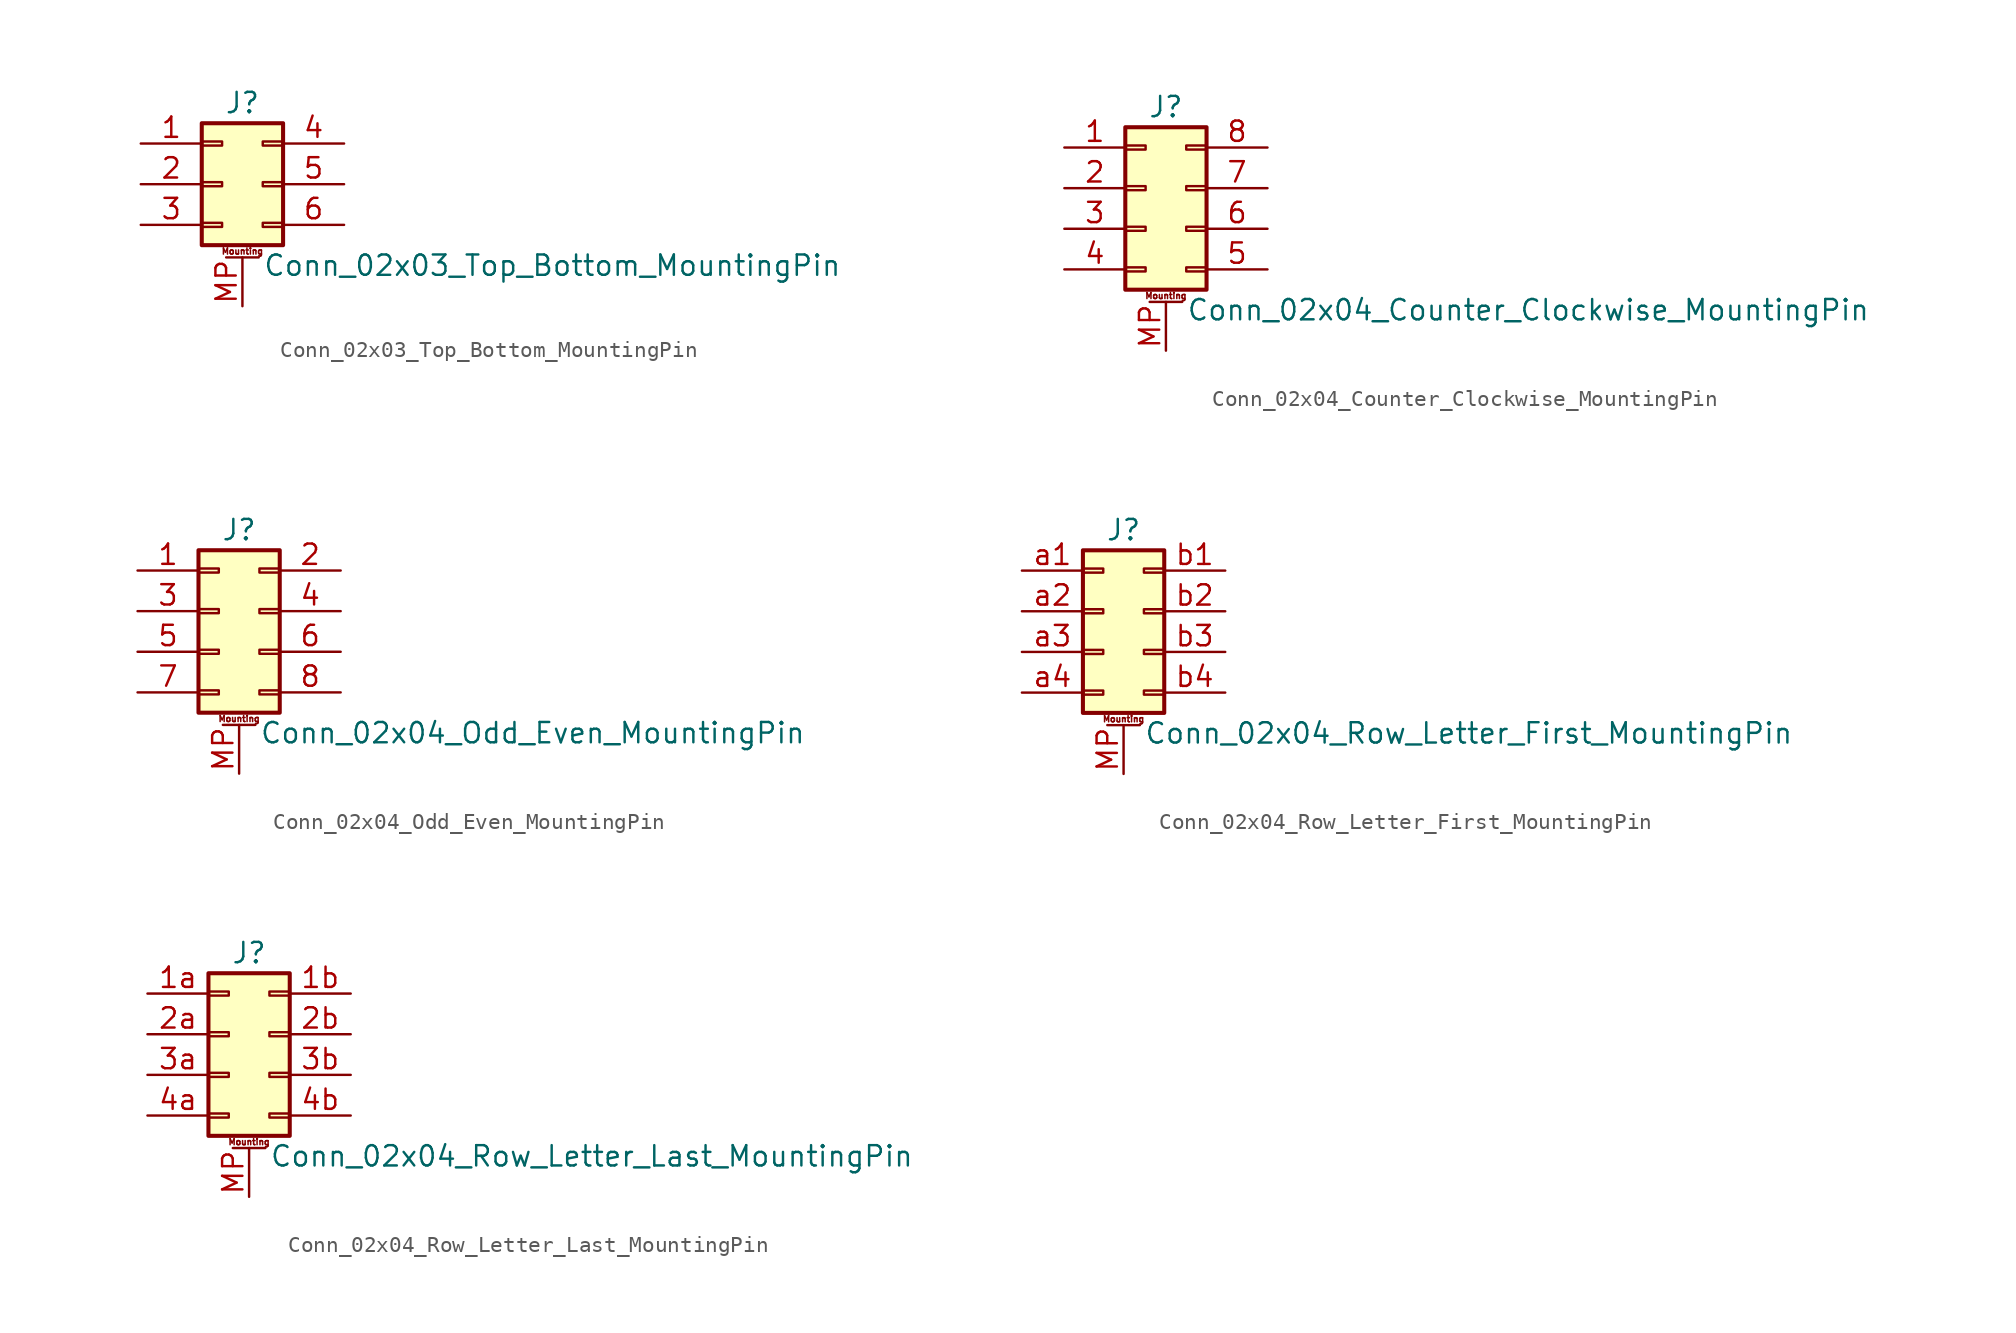
<source format=kicad_sym>
(kicad_symbol_lib
  (version 20220914)
  (generator kicad_symbol_editor)
  (symbol "Conn_02x03_Top_Bottom_MountingPin"
    (pin_names
      (offset 1.016) hide)
    (property "Reference" "J"
      (at 1.27 5.08 0)
      (effects (font (size 1.27 1.27))))
    (property "Value" "Conn_02x03_Top_Bottom_MountingPin"
      (at 2.54 -5.08 0)
      (effects (font (size 1.27 1.27)) (justify left)))
    (symbol "Conn_02x03_Top_Bottom_MountingPin_1_1"
      (rectangle (start -1.27 -2.413) (end 0 -2.667) (stroke (width 0.152) (type default)) (fill (type none)))
      (rectangle (start -1.27 0.127) (end 0 -0.127) (stroke (width 0.152) (type default)) (fill (type none)))
      (rectangle (start -1.27 2.667) (end 0 2.413) (stroke (width 0.152) (type default)) (fill (type none)))
      (rectangle (start -1.27 3.81) (end 3.81 -3.81) (stroke (width 0.254) (type default)) (fill (type background)))
      (polyline (pts (xy 0.254 -4.572) (xy 2.286 -4.572)) (stroke (width 0.152) (type default)) (fill (type none)))
      (rectangle (start 3.81 -2.413) (end 2.54 -2.667) (stroke (width 0.152) (type default)) (fill (type none)))
      (rectangle (start 3.81 0.127) (end 2.54 -0.127) (stroke (width 0.152) (type default)) (fill (type none)))
      (rectangle (start 3.81 2.667) (end 2.54 2.413) (stroke (width 0.152) (type default)) (fill (type none)))
      (text "Mounting" (at 1.27 -4.191 0) (effects (font (size 0.381 0.381))))
      (pin passive line (at -5.08 2.54 0) (length 3.81) (name "Pin_1" (effects (font (size 1.27 1.27)))) (number "1" (effects (font (size 1.27 1.27)))))
      (pin passive line (at -5.08 0 0) (length 3.81) (name "Pin_2" (effects (font (size 1.27 1.27)))) (number "2" (effects (font (size 1.27 1.27)))))
      (pin passive line (at -5.08 -2.54 0) (length 3.81) (name "Pin_3" (effects (font (size 1.27 1.27)))) (number "3" (effects (font (size 1.27 1.27)))))
      (pin passive line (at 7.62 2.54 180) (length 3.81) (name "Pin_4" (effects (font (size 1.27 1.27)))) (number "4" (effects (font (size 1.27 1.27)))))
      (pin passive line (at 7.62 0 180) (length 3.81) (name "Pin_5" (effects (font (size 1.27 1.27)))) (number "5" (effects (font (size 1.27 1.27)))))
      (pin passive line (at 7.62 -2.54 180) (length 3.81) (name "Pin_6" (effects (font (size 1.27 1.27)))) (number "6" (effects (font (size 1.27 1.27)))))
      (pin passive line (at 1.27 -7.62 90) (length 3.048) (name "MountPin" (effects (font (size 1.27 1.27)))) (number "MP" (effects (font (size 1.27 1.27)))))))
  (symbol "Conn_02x04_Counter_Clockwise_MountingPin"
    (pin_names
      (offset 1.016) hide)
    (property "Reference" "J"
      (at 1.27 5.08 0)
      (effects (font (size 1.27 1.27))))
    (property "Value" "Conn_02x04_Counter_Clockwise_MountingPin"
      (at 2.54 -7.62 0)
      (effects (font (size 1.27 1.27)) (justify left)))
    (symbol "Conn_02x04_Counter_Clockwise_MountingPin_1_1"
      (rectangle (start -1.27 -4.953) (end 0 -5.207) (stroke (width 0.152) (type default)) (fill (type none)))
      (rectangle (start -1.27 -2.413) (end 0 -2.667) (stroke (width 0.152) (type default)) (fill (type none)))
      (rectangle (start -1.27 0.127) (end 0 -0.127) (stroke (width 0.152) (type default)) (fill (type none)))
      (rectangle (start -1.27 2.667) (end 0 2.413) (stroke (width 0.152) (type default)) (fill (type none)))
      (rectangle (start -1.27 3.81) (end 3.81 -6.35) (stroke (width 0.254) (type default)) (fill (type background)))
      (polyline (pts (xy 0.254 -7.112) (xy 2.286 -7.112)) (stroke (width 0.152) (type default)) (fill (type none)))
      (rectangle (start 3.81 -4.953) (end 2.54 -5.207) (stroke (width 0.152) (type default)) (fill (type none)))
      (rectangle (start 3.81 -2.413) (end 2.54 -2.667) (stroke (width 0.152) (type default)) (fill (type none)))
      (rectangle (start 3.81 0.127) (end 2.54 -0.127) (stroke (width 0.152) (type default)) (fill (type none)))
      (rectangle (start 3.81 2.667) (end 2.54 2.413) (stroke (width 0.152) (type default)) (fill (type none)))
      (text "Mounting" (at 1.27 -6.731 0) (effects (font (size 0.381 0.381))))
      (pin passive line (at -5.08 2.54 0) (length 3.81) (name "Pin_1" (effects (font (size 1.27 1.27)))) (number "1" (effects (font (size 1.27 1.27)))))
      (pin passive line (at -5.08 0 0) (length 3.81) (name "Pin_2" (effects (font (size 1.27 1.27)))) (number "2" (effects (font (size 1.27 1.27)))))
      (pin passive line (at -5.08 -2.54 0) (length 3.81) (name "Pin_3" (effects (font (size 1.27 1.27)))) (number "3" (effects (font (size 1.27 1.27)))))
      (pin passive line (at -5.08 -5.08 0) (length 3.81) (name "Pin_4" (effects (font (size 1.27 1.27)))) (number "4" (effects (font (size 1.27 1.27)))))
      (pin passive line (at 7.62 -5.08 180) (length 3.81) (name "Pin_5" (effects (font (size 1.27 1.27)))) (number "5" (effects (font (size 1.27 1.27)))))
      (pin passive line (at 7.62 -2.54 180) (length 3.81) (name "Pin_6" (effects (font (size 1.27 1.27)))) (number "6" (effects (font (size 1.27 1.27)))))
      (pin passive line (at 7.62 0 180) (length 3.81) (name "Pin_7" (effects (font (size 1.27 1.27)))) (number "7" (effects (font (size 1.27 1.27)))))
      (pin passive line (at 7.62 2.54 180) (length 3.81) (name "Pin_8" (effects (font (size 1.27 1.27)))) (number "8" (effects (font (size 1.27 1.27)))))
      (pin passive line (at 1.27 -10.16 90) (length 3.048) (name "MountPin" (effects (font (size 1.27 1.27)))) (number "MP" (effects (font (size 1.27 1.27)))))))
  (symbol "Conn_02x04_Odd_Even_MountingPin"
    (pin_names
      (offset 1.016) hide)
    (property "Reference" "J"
      (at 1.27 5.08 0)
      (effects (font (size 1.27 1.27))))
    (property "Value" "Conn_02x04_Odd_Even_MountingPin"
      (at 2.54 -7.62 0)
      (effects (font (size 1.27 1.27)) (justify left)))
    (symbol "Conn_02x04_Odd_Even_MountingPin_1_1"
      (rectangle (start -1.27 -4.953) (end 0 -5.207) (stroke (width 0.152) (type default)) (fill (type none)))
      (rectangle (start -1.27 -2.413) (end 0 -2.667) (stroke (width 0.152) (type default)) (fill (type none)))
      (rectangle (start -1.27 0.127) (end 0 -0.127) (stroke (width 0.152) (type default)) (fill (type none)))
      (rectangle (start -1.27 2.667) (end 0 2.413) (stroke (width 0.152) (type default)) (fill (type none)))
      (rectangle (start -1.27 3.81) (end 3.81 -6.35) (stroke (width 0.254) (type default)) (fill (type background)))
      (polyline (pts (xy 0.254 -7.112) (xy 2.286 -7.112)) (stroke (width 0.152) (type default)) (fill (type none)))
      (rectangle (start 3.81 -4.953) (end 2.54 -5.207) (stroke (width 0.152) (type default)) (fill (type none)))
      (rectangle (start 3.81 -2.413) (end 2.54 -2.667) (stroke (width 0.152) (type default)) (fill (type none)))
      (rectangle (start 3.81 0.127) (end 2.54 -0.127) (stroke (width 0.152) (type default)) (fill (type none)))
      (rectangle (start 3.81 2.667) (end 2.54 2.413) (stroke (width 0.152) (type default)) (fill (type none)))
      (text "Mounting" (at 1.27 -6.731 0) (effects (font (size 0.381 0.381))))
      (pin passive line (at -5.08 2.54 0) (length 3.81) (name "Pin_1" (effects (font (size 1.27 1.27)))) (number "1" (effects (font (size 1.27 1.27)))))
      (pin passive line (at 7.62 2.54 180) (length 3.81) (name "Pin_2" (effects (font (size 1.27 1.27)))) (number "2" (effects (font (size 1.27 1.27)))))
      (pin passive line (at -5.08 0 0) (length 3.81) (name "Pin_3" (effects (font (size 1.27 1.27)))) (number "3" (effects (font (size 1.27 1.27)))))
      (pin passive line (at 7.62 0 180) (length 3.81) (name "Pin_4" (effects (font (size 1.27 1.27)))) (number "4" (effects (font (size 1.27 1.27)))))
      (pin passive line (at -5.08 -2.54 0) (length 3.81) (name "Pin_5" (effects (font (size 1.27 1.27)))) (number "5" (effects (font (size 1.27 1.27)))))
      (pin passive line (at 7.62 -2.54 180) (length 3.81) (name "Pin_6" (effects (font (size 1.27 1.27)))) (number "6" (effects (font (size 1.27 1.27)))))
      (pin passive line (at -5.08 -5.08 0) (length 3.81) (name "Pin_7" (effects (font (size 1.27 1.27)))) (number "7" (effects (font (size 1.27 1.27)))))
      (pin passive line (at 7.62 -5.08 180) (length 3.81) (name "Pin_8" (effects (font (size 1.27 1.27)))) (number "8" (effects (font (size 1.27 1.27)))))
      (pin passive line (at 1.27 -10.16 90) (length 3.048) (name "MountPin" (effects (font (size 1.27 1.27)))) (number "MP" (effects (font (size 1.27 1.27)))))))
  (symbol "Conn_02x04_Row_Letter_First_MountingPin"
    (pin_names
      (offset 1.016) hide)
    (property "Reference" "J"
      (at 1.27 5.08 0)
      (effects (font (size 1.27 1.27))))
    (property "Value" "Conn_02x04_Row_Letter_First_MountingPin"
      (at 2.54 -7.62 0)
      (effects (font (size 1.27 1.27)) (justify left)))
    (symbol "Conn_02x04_Row_Letter_First_MountingPin_1_1"
      (rectangle (start -1.27 -4.953) (end 0 -5.207) (stroke (width 0.152) (type default)) (fill (type none)))
      (rectangle (start -1.27 -2.413) (end 0 -2.667) (stroke (width 0.152) (type default)) (fill (type none)))
      (rectangle (start -1.27 0.127) (end 0 -0.127) (stroke (width 0.152) (type default)) (fill (type none)))
      (rectangle (start -1.27 2.667) (end 0 2.413) (stroke (width 0.152) (type default)) (fill (type none)))
      (rectangle (start -1.27 3.81) (end 3.81 -6.35) (stroke (width 0.254) (type default)) (fill (type background)))
      (polyline (pts (xy 0.254 -7.112) (xy 2.286 -7.112)) (stroke (width 0.152) (type default)) (fill (type none)))
      (rectangle (start 3.81 -4.953) (end 2.54 -5.207) (stroke (width 0.152) (type default)) (fill (type none)))
      (rectangle (start 3.81 -2.413) (end 2.54 -2.667) (stroke (width 0.152) (type default)) (fill (type none)))
      (rectangle (start 3.81 0.127) (end 2.54 -0.127) (stroke (width 0.152) (type default)) (fill (type none)))
      (rectangle (start 3.81 2.667) (end 2.54 2.413) (stroke (width 0.152) (type default)) (fill (type none)))
      (text "Mounting" (at 1.27 -6.731 0) (effects (font (size 0.381 0.381))))
      (pin passive line (at 1.27 -10.16 90) (length 3.048) (name "MountPin" (effects (font (size 1.27 1.27)))) (number "MP" (effects (font (size 1.27 1.27)))))
      (pin passive line (at -5.08 2.54 0) (length 3.81) (name "Pin_a1" (effects (font (size 1.27 1.27)))) (number "a1" (effects (font (size 1.27 1.27)))))
      (pin passive line (at -5.08 0 0) (length 3.81) (name "Pin_a2" (effects (font (size 1.27 1.27)))) (number "a2" (effects (font (size 1.27 1.27)))))
      (pin passive line (at -5.08 -2.54 0) (length 3.81) (name "Pin_a3" (effects (font (size 1.27 1.27)))) (number "a3" (effects (font (size 1.27 1.27)))))
      (pin passive line (at -5.08 -5.08 0) (length 3.81) (name "Pin_a4" (effects (font (size 1.27 1.27)))) (number "a4" (effects (font (size 1.27 1.27)))))
      (pin passive line (at 7.62 2.54 180) (length 3.81) (name "Pin_b1" (effects (font (size 1.27 1.27)))) (number "b1" (effects (font (size 1.27 1.27)))))
      (pin passive line (at 7.62 0 180) (length 3.81) (name "Pin_b2" (effects (font (size 1.27 1.27)))) (number "b2" (effects (font (size 1.27 1.27)))))
      (pin passive line (at 7.62 -2.54 180) (length 3.81) (name "Pin_b3" (effects (font (size 1.27 1.27)))) (number "b3" (effects (font (size 1.27 1.27)))))
      (pin passive line (at 7.62 -5.08 180) (length 3.81) (name "Pin_b4" (effects (font (size 1.27 1.27)))) (number "b4" (effects (font (size 1.27 1.27)))))))
  (symbol "Conn_02x04_Row_Letter_Last_MountingPin"
    (pin_names
      (offset 1.016) hide)
    (property "Reference" "J"
      (at 1.27 5.08 0)
      (effects (font (size 1.27 1.27))))
    (property "Value" "Conn_02x04_Row_Letter_Last_MountingPin"
      (at 2.54 -7.62 0)
      (effects (font (size 1.27 1.27)) (justify left)))
    (symbol "Conn_02x04_Row_Letter_Last_MountingPin_1_1"
      (rectangle (start -1.27 -4.953) (end 0 -5.207) (stroke (width 0.152) (type default)) (fill (type none)))
      (rectangle (start -1.27 -2.413) (end 0 -2.667) (stroke (width 0.152) (type default)) (fill (type none)))
      (rectangle (start -1.27 0.127) (end 0 -0.127) (stroke (width 0.152) (type default)) (fill (type none)))
      (rectangle (start -1.27 2.667) (end 0 2.413) (stroke (width 0.152) (type default)) (fill (type none)))
      (rectangle (start -1.27 3.81) (end 3.81 -6.35) (stroke (width 0.254) (type default)) (fill (type background)))
      (polyline (pts (xy 0.254 -7.112) (xy 2.286 -7.112)) (stroke (width 0.152) (type default)) (fill (type none)))
      (rectangle (start 3.81 -4.953) (end 2.54 -5.207) (stroke (width 0.152) (type default)) (fill (type none)))
      (rectangle (start 3.81 -2.413) (end 2.54 -2.667) (stroke (width 0.152) (type default)) (fill (type none)))
      (rectangle (start 3.81 0.127) (end 2.54 -0.127) (stroke (width 0.152) (type default)) (fill (type none)))
      (rectangle (start 3.81 2.667) (end 2.54 2.413) (stroke (width 0.152) (type default)) (fill (type none)))
      (text "Mounting" (at 1.27 -6.731 0) (effects (font (size 0.381 0.381))))
      (pin passive line (at -5.08 2.54 0) (length 3.81) (name "Pin_1a" (effects (font (size 1.27 1.27)))) (number "1a" (effects (font (size 1.27 1.27)))))
      (pin passive line (at 7.62 2.54 180) (length 3.81) (name "Pin_1b" (effects (font (size 1.27 1.27)))) (number "1b" (effects (font (size 1.27 1.27)))))
      (pin passive line (at -5.08 0 0) (length 3.81) (name "Pin_2a" (effects (font (size 1.27 1.27)))) (number "2a" (effects (font (size 1.27 1.27)))))
      (pin passive line (at 7.62 0 180) (length 3.81) (name "Pin_2b" (effects (font (size 1.27 1.27)))) (number "2b" (effects (font (size 1.27 1.27)))))
      (pin passive line (at -5.08 -2.54 0) (length 3.81) (name "Pin_3a" (effects (font (size 1.27 1.27)))) (number "3a" (effects (font (size 1.27 1.27)))))
      (pin passive line (at 7.62 -2.54 180) (length 3.81) (name "Pin_3b" (effects (font (size 1.27 1.27)))) (number "3b" (effects (font (size 1.27 1.27)))))
      (pin passive line (at -5.08 -5.08 0) (length 3.81) (name "Pin_4a" (effects (font (size 1.27 1.27)))) (number "4a" (effects (font (size 1.27 1.27)))))
      (pin passive line (at 7.62 -5.08 180) (length 3.81) (name "Pin_4b" (effects (font (size 1.27 1.27)))) (number "4b" (effects (font (size 1.27 1.27)))))
      (pin passive line (at 1.27 -10.16 90) (length 3.048) (name "MountPin" (effects (font (size 1.27 1.27)))) (number "MP" (effects (font (size 1.27 1.27))))))))
</source>
